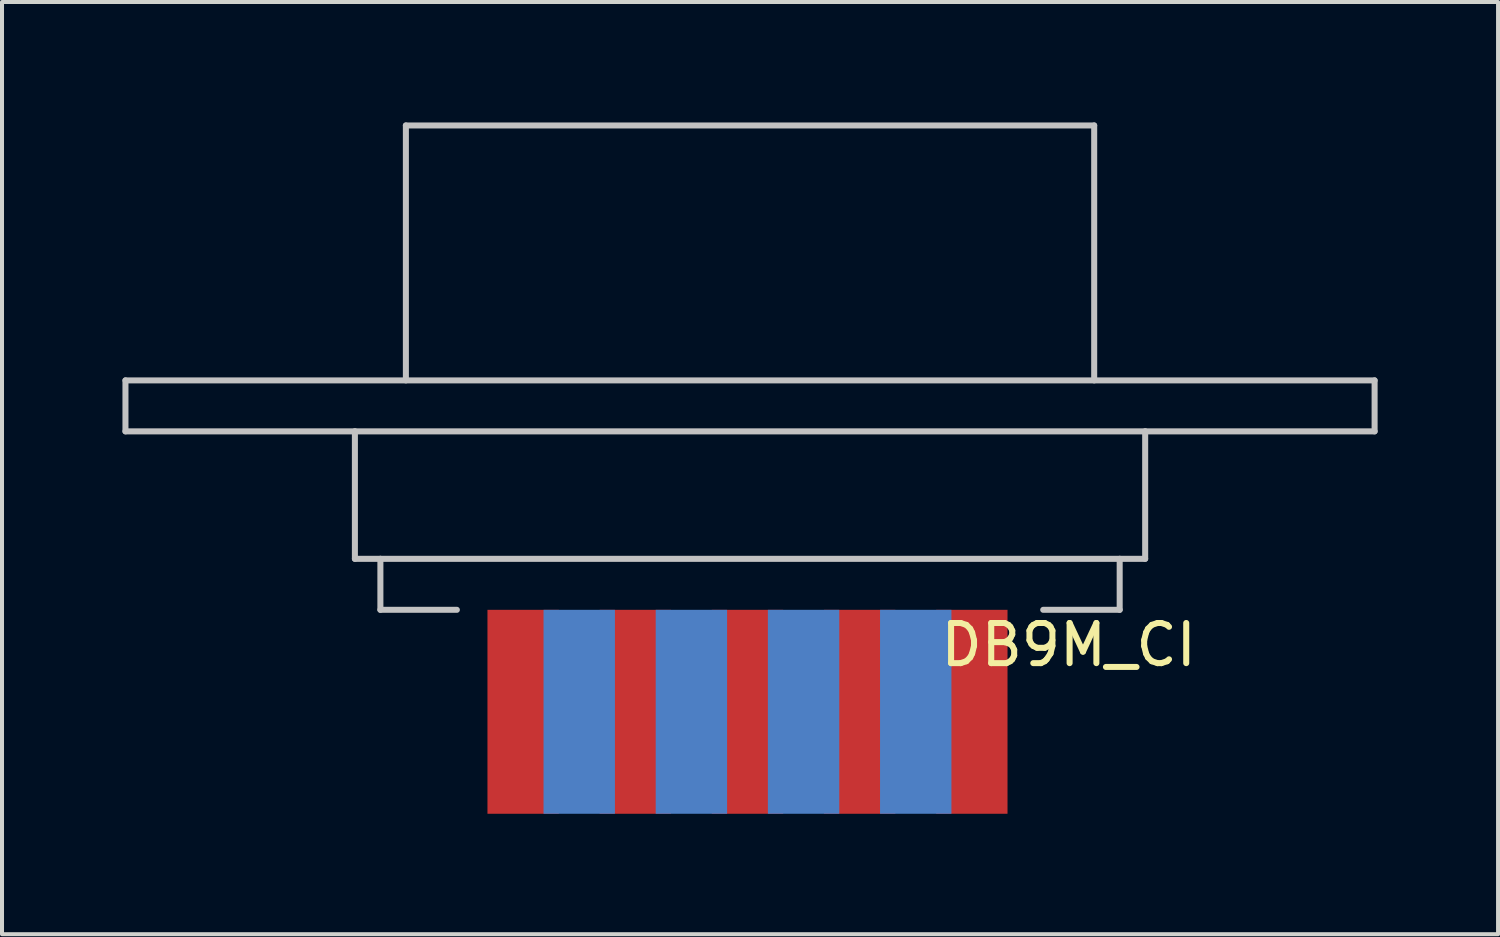
<source format=kicad_pcb>
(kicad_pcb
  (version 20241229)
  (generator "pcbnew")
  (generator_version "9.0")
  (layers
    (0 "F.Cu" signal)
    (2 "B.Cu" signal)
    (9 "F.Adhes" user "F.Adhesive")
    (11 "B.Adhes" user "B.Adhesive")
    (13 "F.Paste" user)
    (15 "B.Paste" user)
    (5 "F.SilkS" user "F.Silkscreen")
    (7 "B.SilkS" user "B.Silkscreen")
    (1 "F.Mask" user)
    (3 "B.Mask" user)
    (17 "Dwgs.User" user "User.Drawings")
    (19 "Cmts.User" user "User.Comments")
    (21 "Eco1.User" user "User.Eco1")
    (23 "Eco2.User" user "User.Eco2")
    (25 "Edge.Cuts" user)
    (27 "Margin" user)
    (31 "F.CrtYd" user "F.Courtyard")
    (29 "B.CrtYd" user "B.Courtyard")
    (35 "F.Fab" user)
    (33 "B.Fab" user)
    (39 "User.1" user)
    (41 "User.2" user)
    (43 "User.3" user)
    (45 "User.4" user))
  (footprint "DB9M_CI"
    (placed yes)
    (layer "F.Cu")
    (at 15.569 12.013)
    (property "Reference" "DB9M_CI" (at 8 1 0) (layer "F.SilkS") (effects (font (size 1 1) (thickness 0.15))))
    (attr through_hole)
    (fp_line (start -15.494 -5.588) (end 15.621 -5.588) (stroke (width 0.15) (type solid)) (layer "Dwgs.User"))
    (fp_line (start -15.494 -4.318) (end -15.494 -5.588) (stroke (width 0.15) (type solid)) (layer "Dwgs.User"))
    (fp_line (start -9.779 -4.318) (end -15.494 -4.318) (stroke (width 0.15) (type solid)) (layer "Dwgs.User"))
    (fp_line (start -9.779 -1.143) (end -9.779 -4.318) (stroke (width 0.15) (type solid)) (layer "Dwgs.User"))
    (fp_line (start -9.144 -1.143) (end -9.779 -1.143) (stroke (width 0.15) (type solid)) (layer "Dwgs.User"))
    (fp_line (start -9.144 0.127) (end -9.144 -1.143) (stroke (width 0.15) (type solid)) (layer "Dwgs.User"))
    (fp_line (start -8.509 -11.938) (end 8.636 -11.938) (stroke (width 0.15) (type solid)) (layer "Dwgs.User"))
    (fp_line (start -8.509 -5.588) (end -8.509 -11.938) (stroke (width 0.15) (type solid)) (layer "Dwgs.User"))
    (fp_line (start -7.239 0.127) (end -9.144 0.127) (stroke (width 0.15) (type solid)) (layer "Dwgs.User"))
    (fp_line (start 7.366 0.127) (end 9.271 0.127) (stroke (width 0.15) (type solid)) (layer "Dwgs.User"))
    (fp_line (start 8.636 -5.588) (end 8.636 -11.938) (stroke (width 0.15) (type solid)) (layer "Dwgs.User"))
    (fp_line (start 9.271 -1.143) (end -9.144 -1.143) (stroke (width 0.15) (type solid)) (layer "Dwgs.User"))
    (fp_line (start 9.271 0.127) (end 9.271 -1.143) (stroke (width 0.15) (type solid)) (layer "Dwgs.User"))
    (fp_line (start 9.906 -4.318) (end -9.779 -4.318) (stroke (width 0.15) (type solid)) (layer "Dwgs.User"))
    (fp_line (start 9.906 -1.143) (end 9.271 -1.143) (stroke (width 0.15) (type solid)) (layer "Dwgs.User"))
    (fp_line (start 9.906 -1.143) (end 9.906 -4.318) (stroke (width 0.15) (type solid)) (layer "Dwgs.User"))
    (fp_line (start 15.621 -4.318) (end 9.906 -4.318) (stroke (width 0.15) (type solid)) (layer "Dwgs.User"))
    (fp_line (start 15.621 -4.318) (end 15.621 -5.588) (stroke (width 0.15) (type solid)) (layer "Dwgs.User"))
    (pad "1" smd rect (at 5.588 2.667) (size 1.778 5.08) (layers "F.Cu" "F.Mask"))
    (pad "2" smd rect (at 2.794 2.667) (size 1.778 5.08) (layers "F.Cu" "F.Mask"))
    (pad "3" smd rect (at 0 2.667) (size 1.778 5.08) (layers "F.Cu" "F.Mask"))
    (pad "4" smd rect (at -2.794 2.667) (size 1.778 5.08) (layers "F.Cu" "F.Mask"))
    (pad "5" smd rect (at -5.588 2.667) (size 1.778 5.08) (layers "F.Cu" "F.Mask"))
    (pad "6" smd rect (at 4.191 2.667) (size 1.778 5.08) (layers "B.Cu" "B.Mask"))
    (pad "7" smd rect (at 1.397 2.667) (size 1.778 5.08) (layers "B.Cu" "B.Mask"))
    (pad "8" smd rect (at -1.397 2.667) (size 1.778 5.08) (layers "B.Cu" "B.Mask"))
    (pad "9" smd rect (at -4.191 2.667) (size 1.778 5.08) (layers "B.Cu" "B.Mask")))
  (gr_rect
    (start -3 -3)
    (end 34.265 20.22)
    (stroke (width 0.1) (type default))
    (fill no)
    (layer "Edge.Cuts")))
</source>
